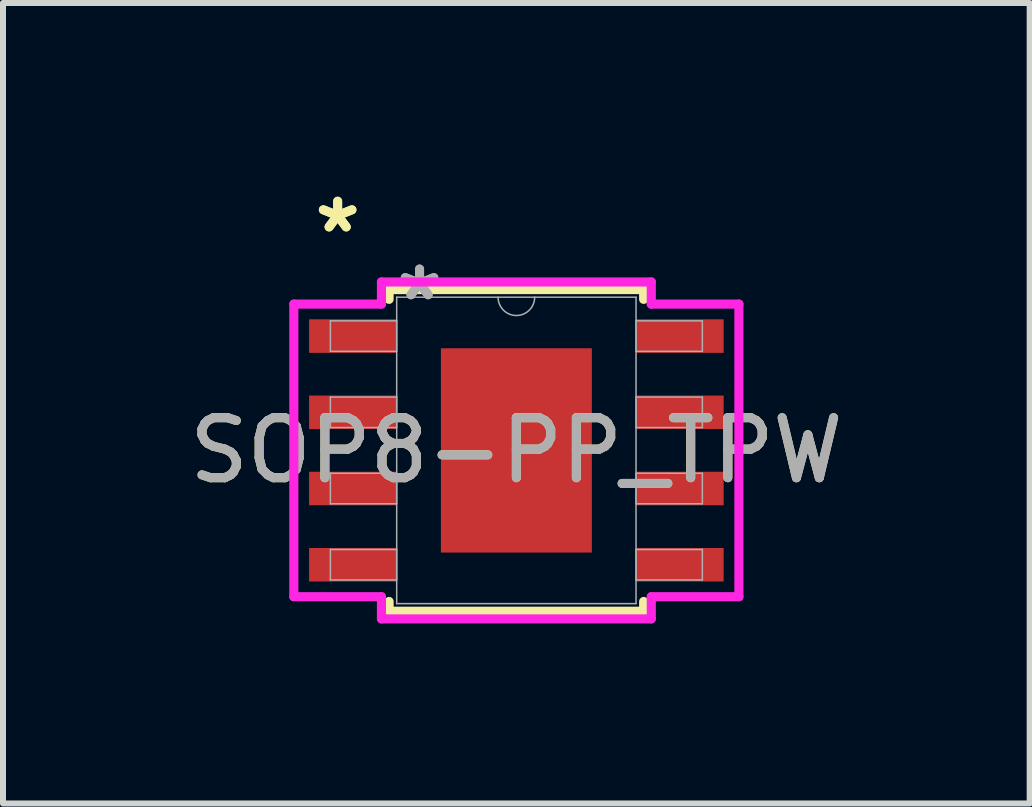
<source format=kicad_pcb>
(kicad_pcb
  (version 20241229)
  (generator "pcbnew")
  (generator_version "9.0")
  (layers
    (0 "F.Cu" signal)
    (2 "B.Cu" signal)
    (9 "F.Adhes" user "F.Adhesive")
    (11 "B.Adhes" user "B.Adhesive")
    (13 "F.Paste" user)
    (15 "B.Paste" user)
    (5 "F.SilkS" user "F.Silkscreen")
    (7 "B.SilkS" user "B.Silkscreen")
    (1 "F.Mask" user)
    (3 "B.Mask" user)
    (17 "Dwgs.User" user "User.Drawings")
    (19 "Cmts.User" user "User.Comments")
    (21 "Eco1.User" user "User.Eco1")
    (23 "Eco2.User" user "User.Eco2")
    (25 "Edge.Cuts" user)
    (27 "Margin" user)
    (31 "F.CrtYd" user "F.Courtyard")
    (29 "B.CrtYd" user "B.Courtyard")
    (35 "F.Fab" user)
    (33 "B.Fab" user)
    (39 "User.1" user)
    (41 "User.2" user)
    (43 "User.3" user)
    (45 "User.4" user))
  (footprint "SOP8-PP_TPW"
    (layer "F.Cu")
    (at 5.554 4.455)
    (property "Reference" "SOP8-PP_TPW" (at 0 0 0) (unlocked yes) (layer "F.SilkS") (effects (font (size 1 1) (thickness 0.15))))
    (attr smd)
    (fp_line (start -2.121 -2.68) (end -2.121 -2.517) (stroke (width 0.152) (type solid)) (layer "F.SilkS"))
    (fp_line (start -2.121 2.517) (end -2.121 2.68) (stroke (width 0.152) (type solid)) (layer "F.SilkS"))
    (fp_line (start -2.121 2.68) (end 2.121 2.68) (stroke (width 0.152) (type solid)) (layer "F.SilkS"))
    (fp_line (start 2.121 -2.68) (end -2.121 -2.68) (stroke (width 0.152) (type solid)) (layer "F.SilkS"))
    (fp_line (start 2.121 -2.517) (end 2.121 -2.68) (stroke (width 0.152) (type solid)) (layer "F.SilkS"))
    (fp_line (start 2.121 2.68) (end 2.121 2.517) (stroke (width 0.152) (type solid)) (layer "F.SilkS"))
    (fp_poly (pts (xy -1.157 -1.602) (xy -1.157 -0.1) (xy 1.157 -0.1) (xy 1.157 -1.602)) (stroke (width 0) (type solid)) (fill yes) (layer "F.Paste"))
    (fp_poly (pts (xy -1.157 0.1) (xy -1.157 1.602) (xy 1.157 1.602) (xy 1.157 0.1)) (stroke (width 0) (type solid)) (fill yes) (layer "F.Paste"))
    (fp_line (start -3.708 -2.438) (end -2.248 -2.438) (stroke (width 0.152) (type solid)) (layer "F.CrtYd"))
    (fp_line (start -3.708 2.438) (end -3.708 -2.438) (stroke (width 0.152) (type solid)) (layer "F.CrtYd"))
    (fp_line (start -3.708 2.438) (end -2.248 2.438) (stroke (width 0.152) (type solid)) (layer "F.CrtYd"))
    (fp_line (start -2.248 -2.807) (end 2.248 -2.807) (stroke (width 0.152) (type solid)) (layer "F.CrtYd"))
    (fp_line (start -2.248 -2.438) (end -2.248 -2.807) (stroke (width 0.152) (type solid)) (layer "F.CrtYd"))
    (fp_line (start -2.248 2.807) (end -2.248 2.438) (stroke (width 0.152) (type solid)) (layer "F.CrtYd"))
    (fp_line (start 2.248 -2.807) (end 2.248 -2.438) (stroke (width 0.152) (type solid)) (layer "F.CrtYd"))
    (fp_line (start 2.248 2.438) (end 2.248 2.807) (stroke (width 0.152) (type solid)) (layer "F.CrtYd"))
    (fp_line (start 2.248 2.807) (end -2.248 2.807) (stroke (width 0.152) (type solid)) (layer "F.CrtYd"))
    (fp_line (start 3.708 -2.438) (end 2.248 -2.438) (stroke (width 0.152) (type solid)) (layer "F.CrtYd"))
    (fp_line (start 3.708 -2.438) (end 3.708 2.438) (stroke (width 0.152) (type solid)) (layer "F.CrtYd"))
    (fp_line (start 3.708 2.438) (end 2.248 2.438) (stroke (width 0.152) (type solid)) (layer "F.CrtYd"))
    (fp_line (start -3.099 -2.159) (end -3.099 -1.651) (stroke (width 0.025) (type solid)) (layer "F.Fab"))
    (fp_line (start -3.099 -1.651) (end -1.994 -1.651) (stroke (width 0.025) (type solid)) (layer "F.Fab"))
    (fp_line (start -3.099 -0.889) (end -3.099 -0.381) (stroke (width 0.025) (type solid)) (layer "F.Fab"))
    (fp_line (start -3.099 -0.381) (end -1.994 -0.381) (stroke (width 0.025) (type solid)) (layer "F.Fab"))
    (fp_line (start -3.099 0.381) (end -3.099 0.889) (stroke (width 0.025) (type solid)) (layer "F.Fab"))
    (fp_line (start -3.099 0.889) (end -1.994 0.889) (stroke (width 0.025) (type solid)) (layer "F.Fab"))
    (fp_line (start -3.099 1.651) (end -3.099 2.159) (stroke (width 0.025) (type solid)) (layer "F.Fab"))
    (fp_line (start -3.099 2.159) (end -1.994 2.159) (stroke (width 0.025) (type solid)) (layer "F.Fab"))
    (fp_line (start -1.994 -2.553) (end -1.994 2.553) (stroke (width 0.025) (type solid)) (layer "F.Fab"))
    (fp_line (start -1.994 -2.159) (end -3.099 -2.159) (stroke (width 0.025) (type solid)) (layer "F.Fab"))
    (fp_line (start -1.994 -1.651) (end -1.994 -2.159) (stroke (width 0.025) (type solid)) (layer "F.Fab"))
    (fp_line (start -1.994 -0.889) (end -3.099 -0.889) (stroke (width 0.025) (type solid)) (layer "F.Fab"))
    (fp_line (start -1.994 -0.381) (end -1.994 -0.889) (stroke (width 0.025) (type solid)) (layer "F.Fab"))
    (fp_line (start -1.994 0.381) (end -3.099 0.381) (stroke (width 0.025) (type solid)) (layer "F.Fab"))
    (fp_line (start -1.994 0.889) (end -1.994 0.381) (stroke (width 0.025) (type solid)) (layer "F.Fab"))
    (fp_line (start -1.994 1.651) (end -3.099 1.651) (stroke (width 0.025) (type solid)) (layer "F.Fab"))
    (fp_line (start -1.994 2.159) (end -1.994 1.651) (stroke (width 0.025) (type solid)) (layer "F.Fab"))
    (fp_line (start -1.994 2.553) (end 1.994 2.553) (stroke (width 0.025) (type solid)) (layer "F.Fab"))
    (fp_line (start 1.994 -2.553) (end -1.994 -2.553) (stroke (width 0.025) (type solid)) (layer "F.Fab"))
    (fp_line (start 1.994 -2.159) (end 1.994 -1.651) (stroke (width 0.025) (type solid)) (layer "F.Fab"))
    (fp_line (start 1.994 -1.651) (end 3.099 -1.651) (stroke (width 0.025) (type solid)) (layer "F.Fab"))
    (fp_line (start 1.994 -0.889) (end 1.994 -0.381) (stroke (width 0.025) (type solid)) (layer "F.Fab"))
    (fp_line (start 1.994 -0.381) (end 3.099 -0.381) (stroke (width 0.025) (type solid)) (layer "F.Fab"))
    (fp_line (start 1.994 0.381) (end 1.994 0.889) (stroke (width 0.025) (type solid)) (layer "F.Fab"))
    (fp_line (start 1.994 0.889) (end 3.099 0.889) (stroke (width 0.025) (type solid)) (layer "F.Fab"))
    (fp_line (start 1.994 1.651) (end 1.994 2.159) (stroke (width 0.025) (type solid)) (layer "F.Fab"))
    (fp_line (start 1.994 2.159) (end 3.099 2.159) (stroke (width 0.025) (type solid)) (layer "F.Fab"))
    (fp_line (start 1.994 2.553) (end 1.994 -2.553) (stroke (width 0.025) (type solid)) (layer "F.Fab"))
    (fp_line (start 3.099 -2.159) (end 1.994 -2.159) (stroke (width 0.025) (type solid)) (layer "F.Fab"))
    (fp_line (start 3.099 -1.651) (end 3.099 -2.159) (stroke (width 0.025) (type solid)) (layer "F.Fab"))
    (fp_line (start 3.099 -0.889) (end 1.994 -0.889) (stroke (width 0.025) (type solid)) (layer "F.Fab"))
    (fp_line (start 3.099 -0.381) (end 3.099 -0.889) (stroke (width 0.025) (type solid)) (layer "F.Fab"))
    (fp_line (start 3.099 0.381) (end 1.994 0.381) (stroke (width 0.025) (type solid)) (layer "F.Fab"))
    (fp_line (start 3.099 0.889) (end 3.099 0.381) (stroke (width 0.025) (type solid)) (layer "F.Fab"))
    (fp_line (start 3.099 1.651) (end 1.994 1.651) (stroke (width 0.025) (type solid)) (layer "F.Fab"))
    (fp_line (start 3.099 2.159) (end 3.099 1.651) (stroke (width 0.025) (type solid)) (layer "F.Fab"))
    (fp_arc (start 0.3048 -2.5527) (mid 0 -2.2479) (end -0.3048 -2.5527) (stroke (width 0.0254) (type solid)) (layer "F.Fab"))
    (fp_text user "*" (at -2.978 -3.607 0) (unlocked yes) (layer "F.SilkS") (effects (font (size 1 1) (thickness 0.15))))
    (fp_text user "*" (at -2.978 -3.607 0) (layer "F.SilkS") (effects (font (size 1 1) (thickness 0.15))))
    (fp_text user "${REFERENCE}" (at 0 0 0) (unlocked yes) (layer "F.Fab") (effects (font (size 1 1) (thickness 0.15))))
    (fp_text user "*" (at -1.613 -2.477 0) (unlocked yes) (layer "F.Fab") (effects (font (size 1 1) (thickness 0.15))))
    (fp_text user "*" (at -1.613 -2.477 0) (layer "F.Fab") (effects (font (size 1 1) (thickness 0.15))))
    (pad "1" smd rect (at -2.724 -1.905) (size 1.46 0.559) (layers "F.Cu" "F.Mask" "F.Paste"))
    (pad "2" smd rect (at -2.724 -0.635) (size 1.46 0.559) (layers "F.Cu" "F.Mask" "F.Paste"))
    (pad "3" smd rect (at -2.724 0.635) (size 1.46 0.559) (layers "F.Cu" "F.Mask" "F.Paste"))
    (pad "4" smd rect (at -2.724 1.905) (size 1.46 0.559) (layers "F.Cu" "F.Mask" "F.Paste"))
    (pad "5" smd rect (at 2.724 1.905) (size 1.46 0.559) (layers "F.Cu" "F.Mask" "F.Paste"))
    (pad "6" smd rect (at 2.724 0.635) (size 1.46 0.559) (layers "F.Cu" "F.Mask" "F.Paste"))
    (pad "7" smd rect (at 2.724 -0.635) (size 1.46 0.559) (layers "F.Cu" "F.Mask" "F.Paste"))
    (pad "8" smd rect (at 2.724 -1.905) (size 1.46 0.559) (layers "F.Cu" "F.Mask" "F.Paste"))
    (pad "EPAD" smd rect (at 0 0) (size 2.515 3.404) (layers "F.Cu" "F.Mask")))
  (gr_rect
    (start -3 -3)
    (end 14.107 10.338)
    (stroke (width 0.1) (type default))
    (fill no)
    (layer "Edge.Cuts")))
</source>
